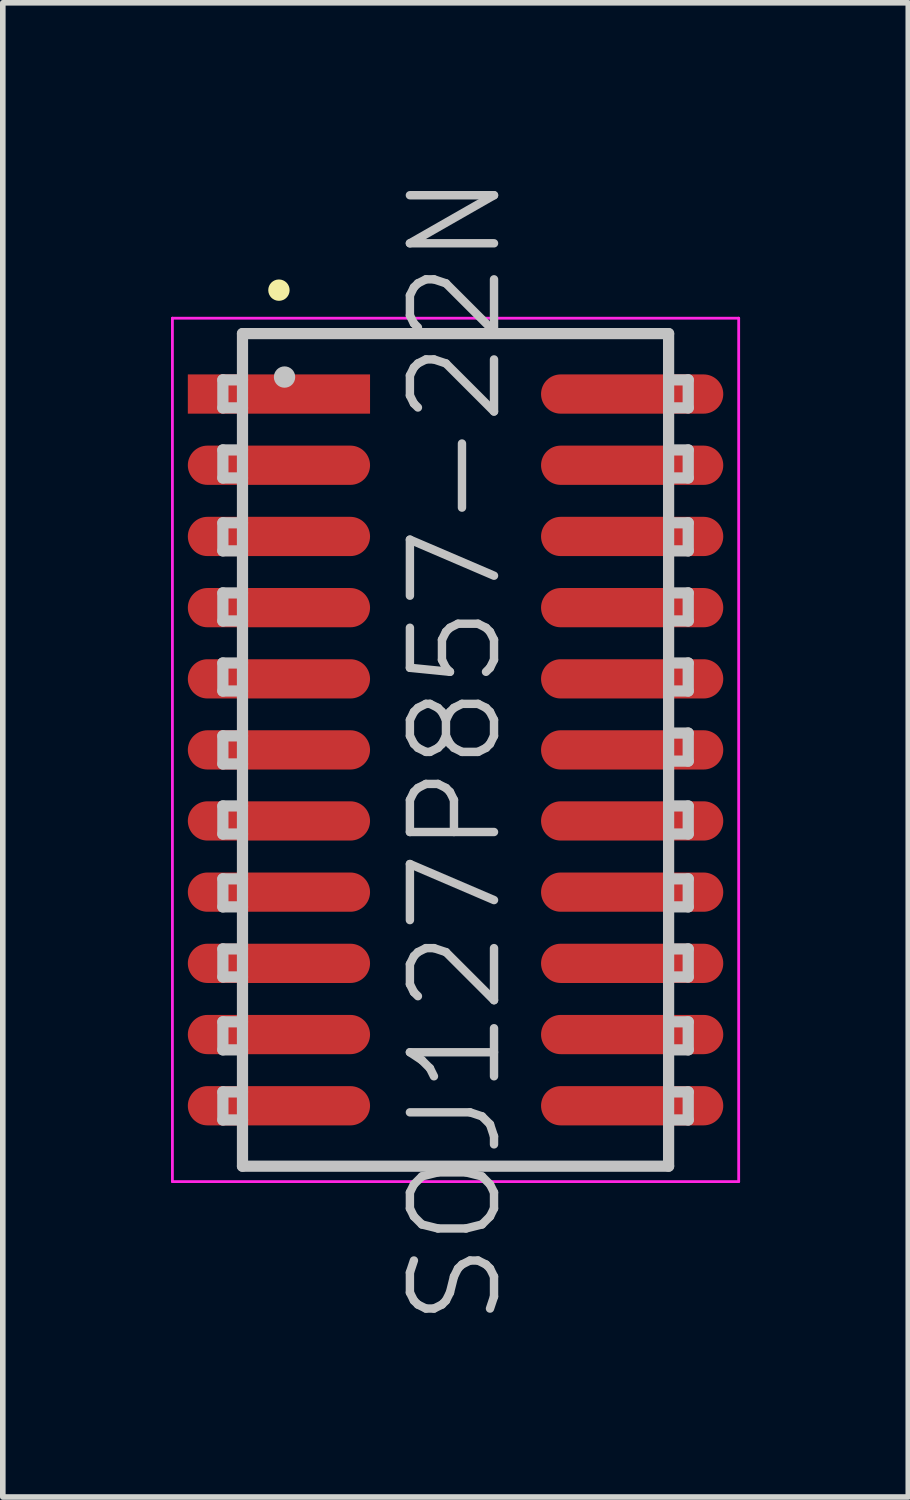
<source format=kicad_pcb>
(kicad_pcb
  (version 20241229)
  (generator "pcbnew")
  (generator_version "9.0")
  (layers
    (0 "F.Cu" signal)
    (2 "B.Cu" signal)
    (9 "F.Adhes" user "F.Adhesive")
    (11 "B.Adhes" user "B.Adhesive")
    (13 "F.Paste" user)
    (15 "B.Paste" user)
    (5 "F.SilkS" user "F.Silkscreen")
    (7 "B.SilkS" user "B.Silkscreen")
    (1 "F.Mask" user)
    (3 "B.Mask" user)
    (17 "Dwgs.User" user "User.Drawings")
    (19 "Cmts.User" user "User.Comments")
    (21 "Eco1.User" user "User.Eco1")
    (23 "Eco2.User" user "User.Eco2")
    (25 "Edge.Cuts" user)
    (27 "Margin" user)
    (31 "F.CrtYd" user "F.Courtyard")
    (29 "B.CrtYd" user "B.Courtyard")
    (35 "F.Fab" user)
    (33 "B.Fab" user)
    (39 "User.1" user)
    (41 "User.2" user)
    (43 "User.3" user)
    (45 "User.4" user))
  (footprint "SOJ127P857-22N"
    (layer "F.Cu")
    (at 5.075 10.325)
    (property "Reference" "SOJ127P857-22N" (at 0 0 90) (layer "Dwgs.User") (effects (font (size 1.5 1.5) (thickness 0.15))))
    (attr smd)
    (fp_line (start -3.15 -8.2) (end -3.15 -8.2) (stroke (width 0.381) (type solid)) (layer "F.SilkS"))
    (fp_line (start -4.15 -6.6) (end -4.15 -6.1) (stroke (width 0.2) (type solid)) (layer "Dwgs.User"))
    (fp_line (start -4.15 -6.1) (end -3.8 -6.1) (stroke (width 0.2) (type solid)) (layer "Dwgs.User"))
    (fp_line (start -4.15 -5.35) (end -4.15 -4.85) (stroke (width 0.2) (type solid)) (layer "Dwgs.User"))
    (fp_line (start -4.15 -4.85) (end -3.8 -4.85) (stroke (width 0.2) (type solid)) (layer "Dwgs.User"))
    (fp_line (start -4.15 -4.05) (end -4.15 -3.55) (stroke (width 0.2) (type solid)) (layer "Dwgs.User"))
    (fp_line (start -4.15 -3.55) (end -3.8 -3.55) (stroke (width 0.2) (type solid)) (layer "Dwgs.User"))
    (fp_line (start -4.15 -2.8) (end -4.15 -2.3) (stroke (width 0.2) (type solid)) (layer "Dwgs.User"))
    (fp_line (start -4.15 -2.3) (end -3.8 -2.3) (stroke (width 0.2) (type solid)) (layer "Dwgs.User"))
    (fp_line (start -4.15 -1.55) (end -4.15 -1.05) (stroke (width 0.2) (type solid)) (layer "Dwgs.User"))
    (fp_line (start -4.15 -1.05) (end -3.8 -1.05) (stroke (width 0.2) (type solid)) (layer "Dwgs.User"))
    (fp_line (start -4.15 -0.25) (end -4.15 0.25) (stroke (width 0.2) (type solid)) (layer "Dwgs.User"))
    (fp_line (start -4.15 0.25) (end -3.8 0.25) (stroke (width 0.2) (type solid)) (layer "Dwgs.User"))
    (fp_line (start -4.15 1) (end -4.15 1.5) (stroke (width 0.2) (type solid)) (layer "Dwgs.User"))
    (fp_line (start -4.15 1.5) (end -3.8 1.5) (stroke (width 0.2) (type solid)) (layer "Dwgs.User"))
    (fp_line (start -4.15 2.3) (end -4.15 2.8) (stroke (width 0.2) (type solid)) (layer "Dwgs.User"))
    (fp_line (start -4.15 2.8) (end -3.8 2.8) (stroke (width 0.2) (type solid)) (layer "Dwgs.User"))
    (fp_line (start -4.15 3.55) (end -4.15 4.05) (stroke (width 0.2) (type solid)) (layer "Dwgs.User"))
    (fp_line (start -4.15 4.05) (end -3.8 4.05) (stroke (width 0.2) (type solid)) (layer "Dwgs.User"))
    (fp_line (start -4.15 4.85) (end -4.15 5.35) (stroke (width 0.2) (type solid)) (layer "Dwgs.User"))
    (fp_line (start -4.15 5.35) (end -3.8 5.35) (stroke (width 0.2) (type solid)) (layer "Dwgs.User"))
    (fp_line (start -4.15 6.1) (end -4.15 6.6) (stroke (width 0.2) (type solid)) (layer "Dwgs.User"))
    (fp_line (start -4.15 6.6) (end -3.8 6.6) (stroke (width 0.2) (type solid)) (layer "Dwgs.User"))
    (fp_line (start -3.8 -7.425) (end -3.8 7.425) (stroke (width 0.2) (type solid)) (layer "Dwgs.User"))
    (fp_line (start -3.8 -7.425) (end 3.8 -7.425) (stroke (width 0.2) (type solid)) (layer "Dwgs.User"))
    (fp_line (start -3.8 -6.6) (end -4.15 -6.6) (stroke (width 0.2) (type solid)) (layer "Dwgs.User"))
    (fp_line (start -3.8 -5.35) (end -4.15 -5.35) (stroke (width 0.2) (type solid)) (layer "Dwgs.User"))
    (fp_line (start -3.8 -4.05) (end -4.15 -4.05) (stroke (width 0.2) (type solid)) (layer "Dwgs.User"))
    (fp_line (start -3.8 -2.8) (end -4.15 -2.8) (stroke (width 0.2) (type solid)) (layer "Dwgs.User"))
    (fp_line (start -3.8 -1.55) (end -4.15 -1.55) (stroke (width 0.2) (type solid)) (layer "Dwgs.User"))
    (fp_line (start -3.8 -0.25) (end -4.15 -0.25) (stroke (width 0.2) (type solid)) (layer "Dwgs.User"))
    (fp_line (start -3.8 1) (end -4.15 1) (stroke (width 0.2) (type solid)) (layer "Dwgs.User"))
    (fp_line (start -3.8 2.3) (end -4.15 2.3) (stroke (width 0.2) (type solid)) (layer "Dwgs.User"))
    (fp_line (start -3.8 3.55) (end -4.15 3.55) (stroke (width 0.2) (type solid)) (layer "Dwgs.User"))
    (fp_line (start -3.8 4.85) (end -4.15 4.85) (stroke (width 0.2) (type solid)) (layer "Dwgs.User"))
    (fp_line (start -3.8 6.1) (end -4.15 6.1) (stroke (width 0.2) (type solid)) (layer "Dwgs.User"))
    (fp_line (start -3.8 7.425) (end 3.8 7.425) (stroke (width 0.2) (type solid)) (layer "Dwgs.User"))
    (fp_line (start -3.05 -6.65) (end -3.05 -6.65) (stroke (width 0.381) (type solid)) (layer "Dwgs.User"))
    (fp_line (start 3.8 -7.425) (end 3.8 7.425) (stroke (width 0.2) (type solid)) (layer "Dwgs.User"))
    (fp_line (start 3.8 -6.6) (end 4.15 -6.6) (stroke (width 0.2) (type solid)) (layer "Dwgs.User"))
    (fp_line (start 3.8 -5.35) (end 4.15 -5.35) (stroke (width 0.2) (type solid)) (layer "Dwgs.User"))
    (fp_line (start 3.8 -4.05) (end 4.15 -4.05) (stroke (width 0.2) (type solid)) (layer "Dwgs.User"))
    (fp_line (start 3.8 -2.8) (end 4.15 -2.8) (stroke (width 0.2) (type solid)) (layer "Dwgs.User"))
    (fp_line (start 3.8 -1.55) (end 4.15 -1.55) (stroke (width 0.2) (type solid)) (layer "Dwgs.User"))
    (fp_line (start 3.8 -0.3) (end 4.15 -0.3) (stroke (width 0.2) (type solid)) (layer "Dwgs.User"))
    (fp_line (start 3.8 1) (end 4.15 1) (stroke (width 0.2) (type solid)) (layer "Dwgs.User"))
    (fp_line (start 3.8 2.3) (end 4.15 2.3) (stroke (width 0.2) (type solid)) (layer "Dwgs.User"))
    (fp_line (start 3.8 3.55) (end 4.15 3.55) (stroke (width 0.2) (type solid)) (layer "Dwgs.User"))
    (fp_line (start 3.8 4.85) (end 4.15 4.85) (stroke (width 0.2) (type solid)) (layer "Dwgs.User"))
    (fp_line (start 3.8 6.1) (end 4.15 6.1) (stroke (width 0.2) (type solid)) (layer "Dwgs.User"))
    (fp_line (start 4.15 -6.6) (end 4.15 -6.1) (stroke (width 0.2) (type solid)) (layer "Dwgs.User"))
    (fp_line (start 4.15 -6.1) (end 3.8 -6.1) (stroke (width 0.2) (type solid)) (layer "Dwgs.User"))
    (fp_line (start 4.15 -5.35) (end 4.15 -4.85) (stroke (width 0.2) (type solid)) (layer "Dwgs.User"))
    (fp_line (start 4.15 -4.85) (end 3.8 -4.85) (stroke (width 0.2) (type solid)) (layer "Dwgs.User"))
    (fp_line (start 4.15 -4.05) (end 4.15 -3.55) (stroke (width 0.2) (type solid)) (layer "Dwgs.User"))
    (fp_line (start 4.15 -3.55) (end 3.8 -3.55) (stroke (width 0.2) (type solid)) (layer "Dwgs.User"))
    (fp_line (start 4.15 -2.8) (end 4.15 -2.3) (stroke (width 0.2) (type solid)) (layer "Dwgs.User"))
    (fp_line (start 4.15 -2.3) (end 3.8 -2.3) (stroke (width 0.2) (type solid)) (layer "Dwgs.User"))
    (fp_line (start 4.15 -1.55) (end 4.15 -1.05) (stroke (width 0.2) (type solid)) (layer "Dwgs.User"))
    (fp_line (start 4.15 -1.05) (end 3.8 -1.05) (stroke (width 0.2) (type solid)) (layer "Dwgs.User"))
    (fp_line (start 4.15 -0.3) (end 4.15 0.2) (stroke (width 0.2) (type solid)) (layer "Dwgs.User"))
    (fp_line (start 4.15 0.2) (end 3.8 0.2) (stroke (width 0.2) (type solid)) (layer "Dwgs.User"))
    (fp_line (start 4.15 1) (end 4.15 1.5) (stroke (width 0.2) (type solid)) (layer "Dwgs.User"))
    (fp_line (start 4.15 1.5) (end 3.8 1.5) (stroke (width 0.2) (type solid)) (layer "Dwgs.User"))
    (fp_line (start 4.15 2.3) (end 4.15 2.8) (stroke (width 0.2) (type solid)) (layer "Dwgs.User"))
    (fp_line (start 4.15 2.8) (end 3.8 2.8) (stroke (width 0.2) (type solid)) (layer "Dwgs.User"))
    (fp_line (start 4.15 3.55) (end 4.15 4.05) (stroke (width 0.2) (type solid)) (layer "Dwgs.User"))
    (fp_line (start 4.15 4.05) (end 3.8 4.05) (stroke (width 0.2) (type solid)) (layer "Dwgs.User"))
    (fp_line (start 4.15 4.85) (end 4.15 5.35) (stroke (width 0.2) (type solid)) (layer "Dwgs.User"))
    (fp_line (start 4.15 5.35) (end 3.8 5.35) (stroke (width 0.2) (type solid)) (layer "Dwgs.User"))
    (fp_line (start 4.15 6.1) (end 4.15 6.6) (stroke (width 0.2) (type solid)) (layer "Dwgs.User"))
    (fp_line (start 4.15 6.6) (end 3.8 6.6) (stroke (width 0.2) (type solid)) (layer "Dwgs.User"))
    (fp_line (start -5.05 -7.7) (end -5.05 7.7) (stroke (width 0.05) (type solid)) (layer "F.CrtYd"))
    (fp_line (start -5.05 -7.7) (end 5.05 -7.7) (stroke (width 0.05) (type solid)) (layer "F.CrtYd"))
    (fp_line (start -5.05 7.7) (end 5.05 7.7) (stroke (width 0.05) (type solid)) (layer "F.CrtYd"))
    (fp_line (start 5.05 -7.7) (end 5.05 7.7) (stroke (width 0.05) (type solid)) (layer "F.CrtYd"))
    (pad "1" smd rect (at -3.15 -6.347 90) (size 0.7 3.25) (layers "F.Cu" "F.Mask" "F.Paste"))
    (pad "2" smd oval (at -3.15 -5.077 90) (size 0.7 3.25) (layers "F.Cu" "F.Mask" "F.Paste"))
    (pad "3" smd oval (at -3.15 -3.807 90) (size 0.7 3.25) (layers "F.Cu" "F.Mask" "F.Paste"))
    (pad "4" smd oval (at -3.15 -2.537 90) (size 0.7 3.25) (layers "F.Cu" "F.Mask" "F.Paste"))
    (pad "5" smd oval (at -3.15 -1.267 90) (size 0.7 3.25) (layers "F.Cu" "F.Mask" "F.Paste"))
    (pad "6" smd oval (at -3.15 0 90) (size 0.7 3.25) (layers "F.Cu" "F.Mask" "F.Paste"))
    (pad "7" smd oval (at -3.15 1.267 90) (size 0.7 3.25) (layers "F.Cu" "F.Mask" "F.Paste"))
    (pad "8" smd oval (at -3.15 2.537 90) (size 0.7 3.25) (layers "F.Cu" "F.Mask" "F.Paste"))
    (pad "9" smd oval (at -3.15 3.807 90) (size 0.7 3.25) (layers "F.Cu" "F.Mask" "F.Paste"))
    (pad "10" smd oval (at -3.15 5.077 90) (size 0.7 3.25) (layers "F.Cu" "F.Mask" "F.Paste"))
    (pad "11" smd oval (at -3.15 6.347 90) (size 0.7 3.25) (layers "F.Cu" "F.Mask" "F.Paste"))
    (pad "12" smd oval (at 3.15 6.347 270) (size 0.7 3.25) (layers "F.Cu" "F.Mask" "F.Paste"))
    (pad "13" smd oval (at 3.15 5.077 270) (size 0.7 3.25) (layers "F.Cu" "F.Mask" "F.Paste"))
    (pad "14" smd oval (at 3.15 3.807 270) (size 0.7 3.25) (layers "F.Cu" "F.Mask" "F.Paste"))
    (pad "15" smd oval (at 3.15 2.537 270) (size 0.7 3.25) (layers "F.Cu" "F.Mask" "F.Paste"))
    (pad "16" smd oval (at 3.15 1.267 270) (size 0.7 3.25) (layers "F.Cu" "F.Mask" "F.Paste"))
    (pad "17" smd oval (at 3.15 0 270) (size 0.7 3.25) (layers "F.Cu" "F.Mask" "F.Paste"))
    (pad "18" smd oval (at 3.15 -1.267 270) (size 0.7 3.25) (layers "F.Cu" "F.Mask" "F.Paste"))
    (pad "19" smd oval (at 3.15 -2.537 270) (size 0.7 3.25) (layers "F.Cu" "F.Mask" "F.Paste"))
    (pad "20" smd oval (at 3.15 -3.807 270) (size 0.7 3.25) (layers "F.Cu" "F.Mask" "F.Paste"))
    (pad "21" smd oval (at 3.15 -5.077 270) (size 0.7 3.25) (layers "F.Cu" "F.Mask" "F.Paste"))
    (pad "22" smd oval (at 3.15 -6.347 270) (size 0.7 3.25) (layers "F.Cu" "F.Mask" "F.Paste")))
  (gr_rect
    (start -3 -3)
    (end 13.15 23.65)
    (stroke (width 0.1) (type default))
    (fill no)
    (layer "Edge.Cuts")))
</source>
